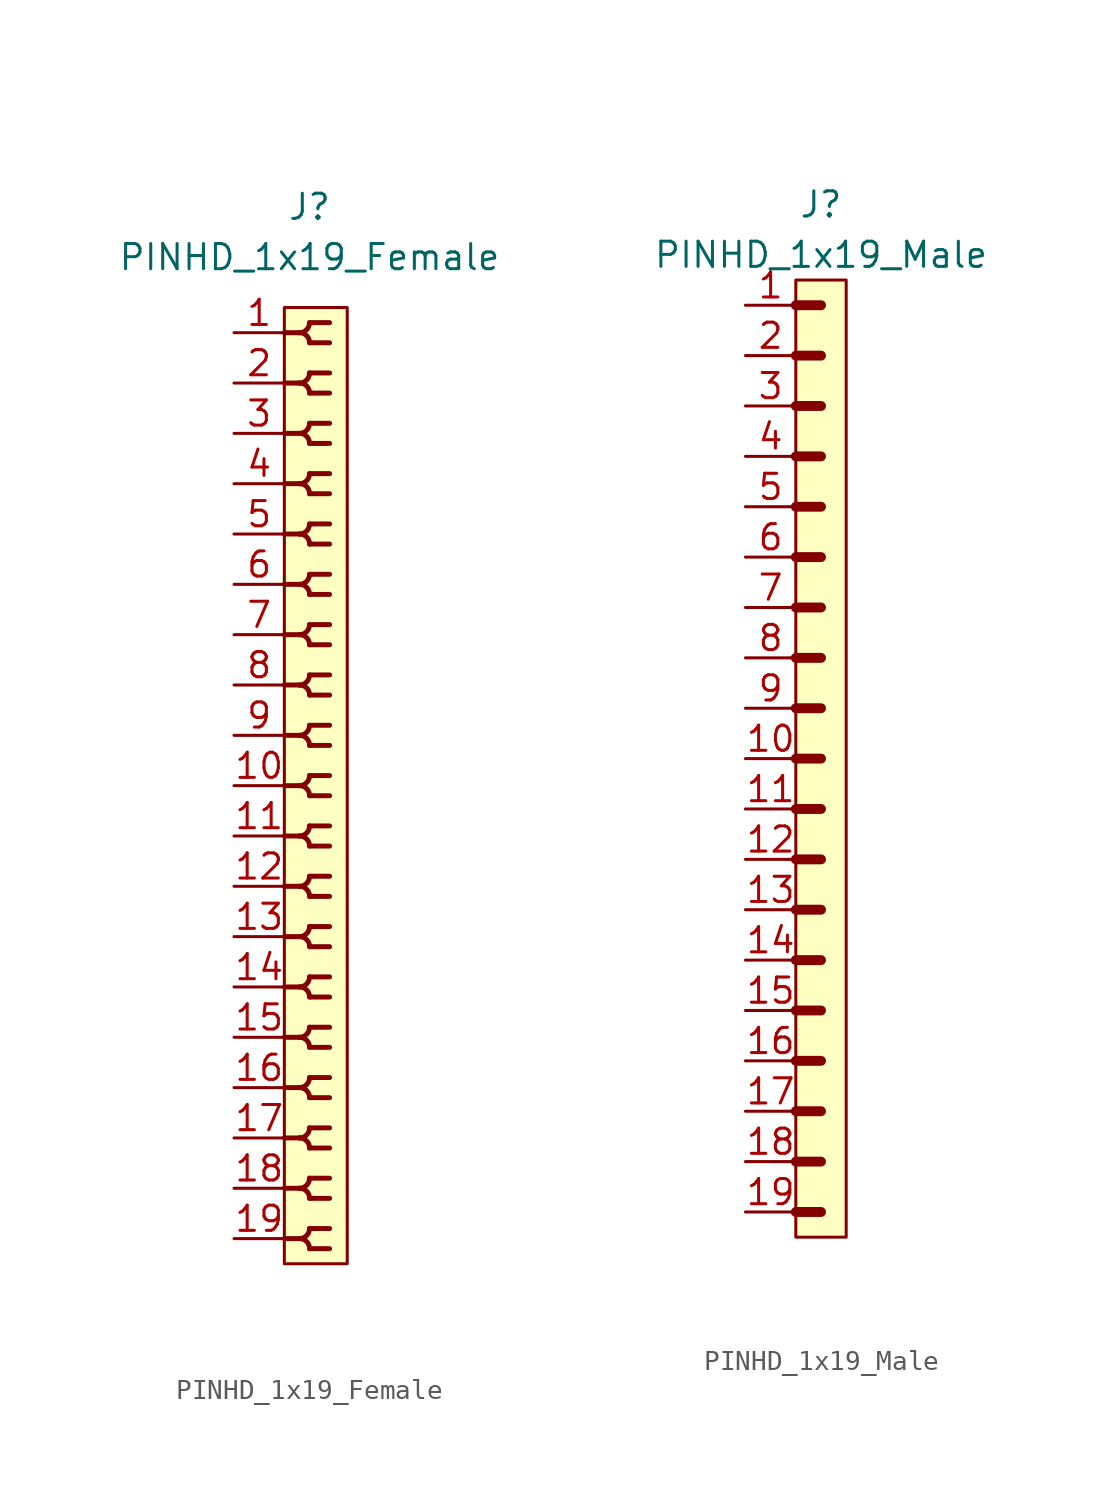
<source format=kicad_sym>
(kicad_symbol_lib
  (version 20211014)
  (generator kicad_symbol_editor)
  (symbol "PINHD_1x19_Female"
    (property "Reference" "J"
      (at 0 29.21 0)
      (effects (font (size 1.27 1.27))))
    (property "Value" "PINHD_1x19_Female"
      (at 0 26.67 0)
      (effects (font (size 1.27 1.27))))
    (symbol "PINHD_1x19_Female_0_1"
      (rectangle (start -1.27 24.13) (end 1.905 -24.13) (stroke (width 0) (type default) (color 0 0 0 0)) (fill (type background)))
      (arc (start -0.508 -22.86) (mid 0.3592 -23.2192) (end 0 -22.352) (stroke (width 0.25) (type default) (color 0 0 0 0)) (fill (type none)))
      (arc (start -0.508 -20.32) (mid 0.3592 -20.6792) (end 0 -19.812) (stroke (width 0.25) (type default) (color 0 0 0 0)) (fill (type none)))
      (arc (start -0.508 -17.78) (mid 0.3592 -18.1392) (end 0 -17.272) (stroke (width 0.25) (type default) (color 0 0 0 0)) (fill (type none)))
      (arc (start -0.508 -15.24) (mid 0.3592 -15.5992) (end 0 -14.732) (stroke (width 0.25) (type default) (color 0 0 0 0)) (fill (type none)))
      (arc (start -0.508 -12.7) (mid 0.3592 -13.0592) (end 0 -12.192) (stroke (width 0.25) (type default) (color 0 0 0 0)) (fill (type none)))
      (arc (start -0.508 -10.16) (mid 0.3592 -10.5192) (end 0 -9.652) (stroke (width 0.25) (type default) (color 0 0 0 0)) (fill (type none)))
      (arc (start -0.508 -7.62) (mid 0.3592 -7.9792) (end 0 -7.112) (stroke (width 0.25) (type default) (color 0 0 0 0)) (fill (type none)))
      (arc (start -0.508 -5.08) (mid 0.3592 -5.4392) (end 0 -4.572) (stroke (width 0.25) (type default) (color 0 0 0 0)) (fill (type none)))
      (arc (start -0.508 -2.54) (mid 0.3592 -2.8992) (end 0 -2.032) (stroke (width 0.25) (type default) (color 0 0 0 0)) (fill (type none)))
      (arc (start -0.508 0) (mid 0.3592 -0.3592) (end 0 0.508) (stroke (width 0.25) (type default) (color 0 0 0 0)) (fill (type none)))
      (arc (start -0.508 2.54) (mid 0.3592 2.1808) (end 0 3.048) (stroke (width 0.25) (type default) (color 0 0 0 0)) (fill (type none)))
      (arc (start -0.508 5.08) (mid 0.3592 4.7208) (end 0 5.588) (stroke (width 0.25) (type default) (color 0 0 0 0)) (fill (type none)))
      (arc (start -0.508 7.62) (mid 0.3592 7.2608) (end 0 8.128) (stroke (width 0.25) (type default) (color 0 0 0 0)) (fill (type none)))
      (arc (start -0.508 10.16) (mid 0.3592 9.8008) (end 0 10.668) (stroke (width 0.25) (type default) (color 0 0 0 0)) (fill (type none)))
      (arc (start -0.508 12.7) (mid 0.3592 12.3408) (end 0 13.208) (stroke (width 0.25) (type default) (color 0 0 0 0)) (fill (type none)))
      (arc (start -0.508 15.24) (mid 0.3592 14.8808) (end 0 15.748) (stroke (width 0.25) (type default) (color 0 0 0 0)) (fill (type none)))
      (arc (start -0.508 17.78) (mid 0.3592 17.4208) (end 0 18.288) (stroke (width 0.25) (type default) (color 0 0 0 0)) (fill (type none)))
      (arc (start -0.508 20.32) (mid 0.3592 19.9608) (end 0 20.828) (stroke (width 0.25) (type default) (color 0 0 0 0)) (fill (type none)))
      (arc (start -0.508 22.86) (mid 0.3592 22.5008) (end 0 23.368) (stroke (width 0.25) (type default) (color 0 0 0 0)) (fill (type none)))
      (arc (start 0 -23.368) (mid 0.3592 -22.5008) (end -0.508 -22.86) (stroke (width 0.25) (type default) (color 0 0 0 0)) (fill (type none)))
      (arc (start 0 -20.828) (mid 0.3592 -19.9608) (end -0.508 -20.32) (stroke (width 0.25) (type default) (color 0 0 0 0)) (fill (type none)))
      (arc (start 0 -18.288) (mid 0.3592 -17.4208) (end -0.508 -17.78) (stroke (width 0.25) (type default) (color 0 0 0 0)) (fill (type none)))
      (arc (start 0 -15.748) (mid 0.3592 -14.8808) (end -0.508 -15.24) (stroke (width 0.25) (type default) (color 0 0 0 0)) (fill (type none)))
      (arc (start 0 -13.208) (mid 0.3592 -12.3408) (end -0.508 -12.7) (stroke (width 0.25) (type default) (color 0 0 0 0)) (fill (type none)))
      (arc (start 0 -10.668) (mid 0.3592 -9.8008) (end -0.508 -10.16) (stroke (width 0.25) (type default) (color 0 0 0 0)) (fill (type none)))
      (arc (start 0 -8.128) (mid 0.3592 -7.2608) (end -0.508 -7.62) (stroke (width 0.25) (type default) (color 0 0 0 0)) (fill (type none)))
      (arc (start 0 -5.588) (mid 0.3592 -4.7208) (end -0.508 -5.08) (stroke (width 0.25) (type default) (color 0 0 0 0)) (fill (type none)))
      (arc (start 0 -3.048) (mid 0.3592 -2.1808) (end -0.508 -2.54) (stroke (width 0.25) (type default) (color 0 0 0 0)) (fill (type none)))
      (arc (start 0 -0.508) (mid 0.3592 0.3592) (end -0.508 0) (stroke (width 0.25) (type default) (color 0 0 0 0)) (fill (type none)))
      (polyline (pts (xy -1.27 -22.86) (xy -0.508 -22.86)) (stroke (width 0.25) (type default) (color 0 0 0 0)) (fill (type none)))
      (polyline (pts (xy -1.27 -20.32) (xy -0.508 -20.32)) (stroke (width 0.25) (type default) (color 0 0 0 0)) (fill (type none)))
      (polyline (pts (xy -1.27 -17.78) (xy -0.508 -17.78)) (stroke (width 0.25) (type default) (color 0 0 0 0)) (fill (type none)))
      (polyline (pts (xy -1.27 -15.24) (xy -0.508 -15.24)) (stroke (width 0.25) (type default) (color 0 0 0 0)) (fill (type none)))
      (polyline (pts (xy -1.27 -12.7) (xy -0.508 -12.7)) (stroke (width 0.25) (type default) (color 0 0 0 0)) (fill (type none)))
      (polyline (pts (xy -1.27 -10.16) (xy -0.508 -10.16)) (stroke (width 0.25) (type default) (color 0 0 0 0)) (fill (type none)))
      (polyline (pts (xy -1.27 -7.62) (xy -0.508 -7.62)) (stroke (width 0.25) (type default) (color 0 0 0 0)) (fill (type none)))
      (polyline (pts (xy -1.27 -5.08) (xy -0.508 -5.08)) (stroke (width 0.25) (type default) (color 0 0 0 0)) (fill (type none)))
      (polyline (pts (xy -1.27 -2.54) (xy -0.508 -2.54)) (stroke (width 0.25) (type default) (color 0 0 0 0)) (fill (type none)))
      (polyline (pts (xy -1.27 0) (xy -0.508 0)) (stroke (width 0.25) (type default) (color 0 0 0 0)) (fill (type none)))
      (polyline (pts (xy -1.27 2.54) (xy -0.508 2.54)) (stroke (width 0.25) (type default) (color 0 0 0 0)) (fill (type none)))
      (polyline (pts (xy -1.27 5.08) (xy -0.508 5.08)) (stroke (width 0.25) (type default) (color 0 0 0 0)) (fill (type none)))
      (polyline (pts (xy -1.27 7.62) (xy -0.508 7.62)) (stroke (width 0.25) (type default) (color 0 0 0 0)) (fill (type none)))
      (polyline (pts (xy -1.27 10.16) (xy -0.508 10.16)) (stroke (width 0.25) (type default) (color 0 0 0 0)) (fill (type none)))
      (polyline (pts (xy -1.27 12.7) (xy -0.508 12.7)) (stroke (width 0.25) (type default) (color 0 0 0 0)) (fill (type none)))
      (polyline (pts (xy -1.27 15.24) (xy -0.508 15.24)) (stroke (width 0.25) (type default) (color 0 0 0 0)) (fill (type none)))
      (polyline (pts (xy -1.27 17.78) (xy -0.508 17.78)) (stroke (width 0.25) (type default) (color 0 0 0 0)) (fill (type none)))
      (polyline (pts (xy -1.27 20.32) (xy -0.508 20.32)) (stroke (width 0.25) (type default) (color 0 0 0 0)) (fill (type none)))
      (polyline (pts (xy -1.27 22.86) (xy -0.508 22.86)) (stroke (width 0.25) (type default) (color 0 0 0 0)) (fill (type none)))
      (polyline (pts (xy 0 -23.368) (xy 1.016 -23.368)) (stroke (width 0.25) (type default) (color 0 0 0 0)) (fill (type none)))
      (polyline (pts (xy 0 -22.352) (xy 1.016 -22.352)) (stroke (width 0.25) (type default) (color 0 0 0 0)) (fill (type none)))
      (polyline (pts (xy 0 -20.828) (xy 1.016 -20.828)) (stroke (width 0.25) (type default) (color 0 0 0 0)) (fill (type none)))
      (polyline (pts (xy 0 -19.812) (xy 1.016 -19.812)) (stroke (width 0.25) (type default) (color 0 0 0 0)) (fill (type none)))
      (polyline (pts (xy 0 -18.288) (xy 1.016 -18.288)) (stroke (width 0.25) (type default) (color 0 0 0 0)) (fill (type none)))
      (polyline (pts (xy 0 -17.272) (xy 1.016 -17.272)) (stroke (width 0.25) (type default) (color 0 0 0 0)) (fill (type none)))
      (polyline (pts (xy 0 -15.748) (xy 1.016 -15.748)) (stroke (width 0.25) (type default) (color 0 0 0 0)) (fill (type none)))
      (polyline (pts (xy 0 -14.732) (xy 1.016 -14.732)) (stroke (width 0.25) (type default) (color 0 0 0 0)) (fill (type none)))
      (polyline (pts (xy 0 -13.208) (xy 1.016 -13.208)) (stroke (width 0.25) (type default) (color 0 0 0 0)) (fill (type none)))
      (polyline (pts (xy 0 -12.192) (xy 1.016 -12.192)) (stroke (width 0.25) (type default) (color 0 0 0 0)) (fill (type none)))
      (polyline (pts (xy 0 -10.668) (xy 1.016 -10.668)) (stroke (width 0.25) (type default) (color 0 0 0 0)) (fill (type none)))
      (polyline (pts (xy 0 -9.652) (xy 1.016 -9.652)) (stroke (width 0.25) (type default) (color 0 0 0 0)) (fill (type none)))
      (polyline (pts (xy 0 -8.128) (xy 1.016 -8.128)) (stroke (width 0.25) (type default) (color 0 0 0 0)) (fill (type none)))
      (polyline (pts (xy 0 -7.112) (xy 1.016 -7.112)) (stroke (width 0.25) (type default) (color 0 0 0 0)) (fill (type none)))
      (polyline (pts (xy 0 -5.588) (xy 1.016 -5.588)) (stroke (width 0.25) (type default) (color 0 0 0 0)) (fill (type none)))
      (polyline (pts (xy 0 -4.572) (xy 1.016 -4.572)) (stroke (width 0.25) (type default) (color 0 0 0 0)) (fill (type none)))
      (polyline (pts (xy 0 -3.048) (xy 1.016 -3.048)) (stroke (width 0.25) (type default) (color 0 0 0 0)) (fill (type none)))
      (polyline (pts (xy 0 -2.032) (xy 1.016 -2.032)) (stroke (width 0.25) (type default) (color 0 0 0 0)) (fill (type none)))
      (polyline (pts (xy 0 -0.508) (xy 1.016 -0.508)) (stroke (width 0.25) (type default) (color 0 0 0 0)) (fill (type none)))
      (polyline (pts (xy 0 0.508) (xy 1.016 0.508)) (stroke (width 0.25) (type default) (color 0 0 0 0)) (fill (type none)))
      (polyline (pts (xy 0 2.032) (xy 1.016 2.032)) (stroke (width 0.25) (type default) (color 0 0 0 0)) (fill (type none)))
      (polyline (pts (xy 0 3.048) (xy 1.016 3.048)) (stroke (width 0.25) (type default) (color 0 0 0 0)) (fill (type none)))
      (polyline (pts (xy 0 4.572) (xy 1.016 4.572)) (stroke (width 0.25) (type default) (color 0 0 0 0)) (fill (type none)))
      (polyline (pts (xy 0 5.588) (xy 1.016 5.588)) (stroke (width 0.25) (type default) (color 0 0 0 0)) (fill (type none)))
      (polyline (pts (xy 0 7.112) (xy 1.016 7.112)) (stroke (width 0.25) (type default) (color 0 0 0 0)) (fill (type none)))
      (polyline (pts (xy 0 8.128) (xy 1.016 8.128)) (stroke (width 0.25) (type default) (color 0 0 0 0)) (fill (type none)))
      (polyline (pts (xy 0 9.652) (xy 1.016 9.652)) (stroke (width 0.25) (type default) (color 0 0 0 0)) (fill (type none)))
      (polyline (pts (xy 0 10.668) (xy 1.016 10.668)) (stroke (width 0.25) (type default) (color 0 0 0 0)) (fill (type none)))
      (polyline (pts (xy 0 12.192) (xy 1.016 12.192)) (stroke (width 0.25) (type default) (color 0 0 0 0)) (fill (type none)))
      (polyline (pts (xy 0 13.208) (xy 1.016 13.208)) (stroke (width 0.25) (type default) (color 0 0 0 0)) (fill (type none)))
      (polyline (pts (xy 0 14.732) (xy 1.016 14.732)) (stroke (width 0.25) (type default) (color 0 0 0 0)) (fill (type none)))
      (polyline (pts (xy 0 15.748) (xy 1.016 15.748)) (stroke (width 0.25) (type default) (color 0 0 0 0)) (fill (type none)))
      (polyline (pts (xy 0 17.272) (xy 1.016 17.272)) (stroke (width 0.25) (type default) (color 0 0 0 0)) (fill (type none)))
      (polyline (pts (xy 0 18.288) (xy 1.016 18.288)) (stroke (width 0.25) (type default) (color 0 0 0 0)) (fill (type none)))
      (polyline (pts (xy 0 19.812) (xy 1.016 19.812)) (stroke (width 0.25) (type default) (color 0 0 0 0)) (fill (type none)))
      (polyline (pts (xy 0 20.828) (xy 1.016 20.828)) (stroke (width 0.25) (type default) (color 0 0 0 0)) (fill (type none)))
      (polyline (pts (xy 0 22.352) (xy 1.016 22.352)) (stroke (width 0.25) (type default) (color 0 0 0 0)) (fill (type none)))
      (polyline (pts (xy 0 23.368) (xy 1.016 23.368)) (stroke (width 0.25) (type default) (color 0 0 0 0)) (fill (type none)))
      (arc (start 0 2.032) (mid 0.3592 2.8992) (end -0.508 2.54) (stroke (width 0.25) (type default) (color 0 0 0 0)) (fill (type none)))
      (arc (start 0 4.572) (mid 0.3592 5.4392) (end -0.508 5.08) (stroke (width 0.25) (type default) (color 0 0 0 0)) (fill (type none)))
      (arc (start 0 7.112) (mid 0.3592 7.9792) (end -0.508 7.62) (stroke (width 0.25) (type default) (color 0 0 0 0)) (fill (type none)))
      (arc (start 0 9.652) (mid 0.3592 10.5192) (end -0.508 10.16) (stroke (width 0.25) (type default) (color 0 0 0 0)) (fill (type none)))
      (arc (start 0 12.192) (mid 0.3592 13.0592) (end -0.508 12.7) (stroke (width 0.25) (type default) (color 0 0 0 0)) (fill (type none)))
      (arc (start 0 14.732) (mid 0.3592 15.5992) (end -0.508 15.24) (stroke (width 0.25) (type default) (color 0 0 0 0)) (fill (type none)))
      (arc (start 0 17.272) (mid 0.3592 18.1392) (end -0.508 17.78) (stroke (width 0.25) (type default) (color 0 0 0 0)) (fill (type none)))
      (arc (start 0 19.812) (mid 0.3592 20.6792) (end -0.508 20.32) (stroke (width 0.25) (type default) (color 0 0 0 0)) (fill (type none)))
      (arc (start 0 22.352) (mid 0.3592 23.2192) (end -0.508 22.86) (stroke (width 0.25) (type default) (color 0 0 0 0)) (fill (type none))))
    (symbol "PINHD_1x19_Female_1_1"
      (pin passive line (at -3.81 22.86 0) (length 2.54) (name "" (effects (font (size 1.27 1.27)))) (number "1" (effects (font (size 1.27 1.27)))))
      (pin passive line (at -3.81 0 0) (length 2.54) (name "" (effects (font (size 1.27 1.27)))) (number "10" (effects (font (size 1.27 1.27)))))
      (pin passive line (at -3.81 -2.54 0) (length 2.54) (name "" (effects (font (size 1.27 1.27)))) (number "11" (effects (font (size 1.27 1.27)))))
      (pin passive line (at -3.81 -5.08 0) (length 2.54) (name "" (effects (font (size 1.27 1.27)))) (number "12" (effects (font (size 1.27 1.27)))))
      (pin passive line (at -3.81 -7.62 0) (length 2.54) (name "" (effects (font (size 1.27 1.27)))) (number "13" (effects (font (size 1.27 1.27)))))
      (pin passive line (at -3.81 -10.16 0) (length 2.54) (name "" (effects (font (size 1.27 1.27)))) (number "14" (effects (font (size 1.27 1.27)))))
      (pin passive line (at -3.81 -12.7 0) (length 2.54) (name "" (effects (font (size 1.27 1.27)))) (number "15" (effects (font (size 1.27 1.27)))))
      (pin passive line (at -3.81 -15.24 0) (length 2.54) (name "" (effects (font (size 1.27 1.27)))) (number "16" (effects (font (size 1.27 1.27)))))
      (pin passive line (at -3.81 -17.78 0) (length 2.54) (name "" (effects (font (size 1.27 1.27)))) (number "17" (effects (font (size 1.27 1.27)))))
      (pin passive line (at -3.81 -20.32 0) (length 2.54) (name "" (effects (font (size 1.27 1.27)))) (number "18" (effects (font (size 1.27 1.27)))))
      (pin passive line (at -3.81 -22.86 0) (length 2.54) (name "" (effects (font (size 1.27 1.27)))) (number "19" (effects (font (size 1.27 1.27)))))
      (pin passive line (at -3.81 20.32 0) (length 2.54) (name "" (effects (font (size 1.27 1.27)))) (number "2" (effects (font (size 1.27 1.27)))))
      (pin passive line (at -3.81 17.78 0) (length 2.54) (name "" (effects (font (size 1.27 1.27)))) (number "3" (effects (font (size 1.27 1.27)))))
      (pin passive line (at -3.81 15.24 0) (length 2.54) (name "" (effects (font (size 1.27 1.27)))) (number "4" (effects (font (size 1.27 1.27)))))
      (pin passive line (at -3.81 12.7 0) (length 2.54) (name "" (effects (font (size 1.27 1.27)))) (number "5" (effects (font (size 1.27 1.27)))))
      (pin passive line (at -3.81 10.16 0) (length 2.54) (name "" (effects (font (size 1.27 1.27)))) (number "6" (effects (font (size 1.27 1.27)))))
      (pin passive line (at -3.81 7.62 0) (length 2.54) (name "" (effects (font (size 1.27 1.27)))) (number "7" (effects (font (size 1.27 1.27)))))
      (pin passive line (at -3.81 5.08 0) (length 2.54) (name "" (effects (font (size 1.27 1.27)))) (number "8" (effects (font (size 1.27 1.27)))))
      (pin passive line (at -3.81 2.54 0) (length 2.54) (name "" (effects (font (size 1.27 1.27)))) (number "9" (effects (font (size 1.27 1.27)))))))
  (symbol "PINHD_1x19_Male"
    (property "Reference" "J"
      (at 0 27.94 0)
      (effects (font (size 1.27 1.27))))
    (property "Value" "PINHD_1x19_Male"
      (at 0 25.4 0)
      (effects (font (size 1.27 1.27))))
    (symbol "PINHD_1x19_Male_0_1"
      (rectangle (start -1.27 24.13) (end 1.27 -24.13) (stroke (width 0) (type default) (color 0 0 0 0)) (fill (type background)))
      (polyline (pts (xy -1.27 -22.86) (xy 0 -22.86)) (stroke (width 0.5) (type default) (color 0 0 0 0)) (fill (type none)))
      (polyline (pts (xy -1.27 -20.32) (xy 0 -20.32)) (stroke (width 0.5) (type default) (color 0 0 0 0)) (fill (type none)))
      (polyline (pts (xy -1.27 -17.78) (xy 0 -17.78)) (stroke (width 0.5) (type default) (color 0 0 0 0)) (fill (type none)))
      (polyline (pts (xy -1.27 -15.24) (xy 0 -15.24)) (stroke (width 0.5) (type default) (color 0 0 0 0)) (fill (type none)))
      (polyline (pts (xy -1.27 -12.7) (xy 0 -12.7)) (stroke (width 0.5) (type default) (color 0 0 0 0)) (fill (type none)))
      (polyline (pts (xy -1.27 -10.16) (xy 0 -10.16)) (stroke (width 0.5) (type default) (color 0 0 0 0)) (fill (type none)))
      (polyline (pts (xy -1.27 -7.62) (xy 0 -7.62)) (stroke (width 0.5) (type default) (color 0 0 0 0)) (fill (type none)))
      (polyline (pts (xy -1.27 -5.08) (xy 0 -5.08)) (stroke (width 0.5) (type default) (color 0 0 0 0)) (fill (type none)))
      (polyline (pts (xy -1.27 -2.54) (xy 0 -2.54)) (stroke (width 0.5) (type default) (color 0 0 0 0)) (fill (type none)))
      (polyline (pts (xy -1.27 0) (xy 0 0)) (stroke (width 0.3) (type default) (color 0 0 0 0)) (fill (type none)))
      (polyline (pts (xy -1.27 0) (xy 0 0)) (stroke (width 0.5) (type default) (color 0 0 0 0)) (fill (type none)))
      (polyline (pts (xy -1.27 2.54) (xy 0 2.54)) (stroke (width 0.3) (type default) (color 0 0 0 0)) (fill (type none)))
      (polyline (pts (xy -1.27 2.54) (xy 0 2.54)) (stroke (width 0.5) (type default) (color 0 0 0 0)) (fill (type none)))
      (polyline (pts (xy -1.27 5.08) (xy 0 5.08)) (stroke (width 0.3) (type default) (color 0 0 0 0)) (fill (type none)))
      (polyline (pts (xy -1.27 5.08) (xy 0 5.08)) (stroke (width 0.5) (type default) (color 0 0 0 0)) (fill (type none)))
      (polyline (pts (xy -1.27 7.62) (xy 0 7.62)) (stroke (width 0.3) (type default) (color 0 0 0 0)) (fill (type none)))
      (polyline (pts (xy -1.27 7.62) (xy 0 7.62)) (stroke (width 0.5) (type default) (color 0 0 0 0)) (fill (type none)))
      (polyline (pts (xy -1.27 10.16) (xy 0 10.16)) (stroke (width 0.3) (type default) (color 0 0 0 0)) (fill (type none)))
      (polyline (pts (xy -1.27 10.16) (xy 0 10.16)) (stroke (width 0.5) (type default) (color 0 0 0 0)) (fill (type none)))
      (polyline (pts (xy -1.27 12.7) (xy 0 12.7)) (stroke (width 0.3) (type default) (color 0 0 0 0)) (fill (type none)))
      (polyline (pts (xy -1.27 12.7) (xy 0 12.7)) (stroke (width 0.5) (type default) (color 0 0 0 0)) (fill (type none)))
      (polyline (pts (xy -1.27 15.24) (xy 0 15.24)) (stroke (width 0.3) (type default) (color 0 0 0 0)) (fill (type none)))
      (polyline (pts (xy -1.27 15.24) (xy 0 15.24)) (stroke (width 0.5) (type default) (color 0 0 0 0)) (fill (type none)))
      (polyline (pts (xy -1.27 17.78) (xy 0 17.78)) (stroke (width 0.3) (type default) (color 0 0 0 0)) (fill (type none)))
      (polyline (pts (xy -1.27 17.78) (xy 0 17.78)) (stroke (width 0.5) (type default) (color 0 0 0 0)) (fill (type none)))
      (polyline (pts (xy -1.27 20.32) (xy 0 20.32)) (stroke (width 0.3) (type default) (color 0 0 0 0)) (fill (type none)))
      (polyline (pts (xy -1.27 20.32) (xy 0 20.32)) (stroke (width 0.5) (type default) (color 0 0 0 0)) (fill (type none)))
      (polyline (pts (xy -1.27 22.86) (xy 0 22.86)) (stroke (width 0.5) (type default) (color 0 0 0 0)) (fill (type none))))
    (symbol "PINHD_1x19_Male_1_1"
      (pin passive line (at -3.81 22.86 0) (length 2.54) (name "" (effects (font (size 1.27 1.27)))) (number "1" (effects (font (size 1.27 1.27)))))
      (pin passive line (at -3.81 0 0) (length 2.54) (name "" (effects (font (size 1.27 1.27)))) (number "10" (effects (font (size 1.27 1.27)))))
      (pin passive line (at -3.81 -2.54 0) (length 2.54) (name "" (effects (font (size 1.27 1.27)))) (number "11" (effects (font (size 1.27 1.27)))))
      (pin passive line (at -3.81 -5.08 0) (length 2.54) (name "" (effects (font (size 1.27 1.27)))) (number "12" (effects (font (size 1.27 1.27)))))
      (pin passive line (at -3.81 -7.62 0) (length 2.54) (name "" (effects (font (size 1.27 1.27)))) (number "13" (effects (font (size 1.27 1.27)))))
      (pin passive line (at -3.81 -10.16 0) (length 2.54) (name "" (effects (font (size 1.27 1.27)))) (number "14" (effects (font (size 1.27 1.27)))))
      (pin passive line (at -3.81 -12.7 0) (length 2.54) (name "" (effects (font (size 1.27 1.27)))) (number "15" (effects (font (size 1.27 1.27)))))
      (pin passive line (at -3.81 -15.24 0) (length 2.54) (name "" (effects (font (size 1.27 1.27)))) (number "16" (effects (font (size 1.27 1.27)))))
      (pin passive line (at -3.81 -17.78 0) (length 2.54) (name "" (effects (font (size 1.27 1.27)))) (number "17" (effects (font (size 1.27 1.27)))))
      (pin passive line (at -3.81 -20.32 0) (length 2.54) (name "" (effects (font (size 1.27 1.27)))) (number "18" (effects (font (size 1.27 1.27)))))
      (pin passive line (at -3.81 -22.86 0) (length 2.54) (name "" (effects (font (size 1.27 1.27)))) (number "19" (effects (font (size 1.27 1.27)))))
      (pin passive line (at -3.81 20.32 0) (length 2.54) (name "" (effects (font (size 1.27 1.27)))) (number "2" (effects (font (size 1.27 1.27)))))
      (pin passive line (at -3.81 17.78 0) (length 2.54) (name "" (effects (font (size 1.27 1.27)))) (number "3" (effects (font (size 1.27 1.27)))))
      (pin passive line (at -3.81 15.24 0) (length 2.54) (name "" (effects (font (size 1.27 1.27)))) (number "4" (effects (font (size 1.27 1.27)))))
      (pin passive line (at -3.81 12.7 0) (length 2.54) (name "" (effects (font (size 1.27 1.27)))) (number "5" (effects (font (size 1.27 1.27)))))
      (pin passive line (at -3.81 10.16 0) (length 2.54) (name "" (effects (font (size 1.27 1.27)))) (number "6" (effects (font (size 1.27 1.27)))))
      (pin passive line (at -3.81 7.62 0) (length 2.54) (name "" (effects (font (size 1.27 1.27)))) (number "7" (effects (font (size 1.27 1.27)))))
      (pin passive line (at -3.81 5.08 0) (length 2.54) (name "" (effects (font (size 1.27 1.27)))) (number "8" (effects (font (size 1.27 1.27)))))
      (pin passive line (at -3.81 2.54 0) (length 2.54) (name "" (effects (font (size 1.27 1.27)))) (number "9" (effects (font (size 1.27 1.27))))))))
</source>
